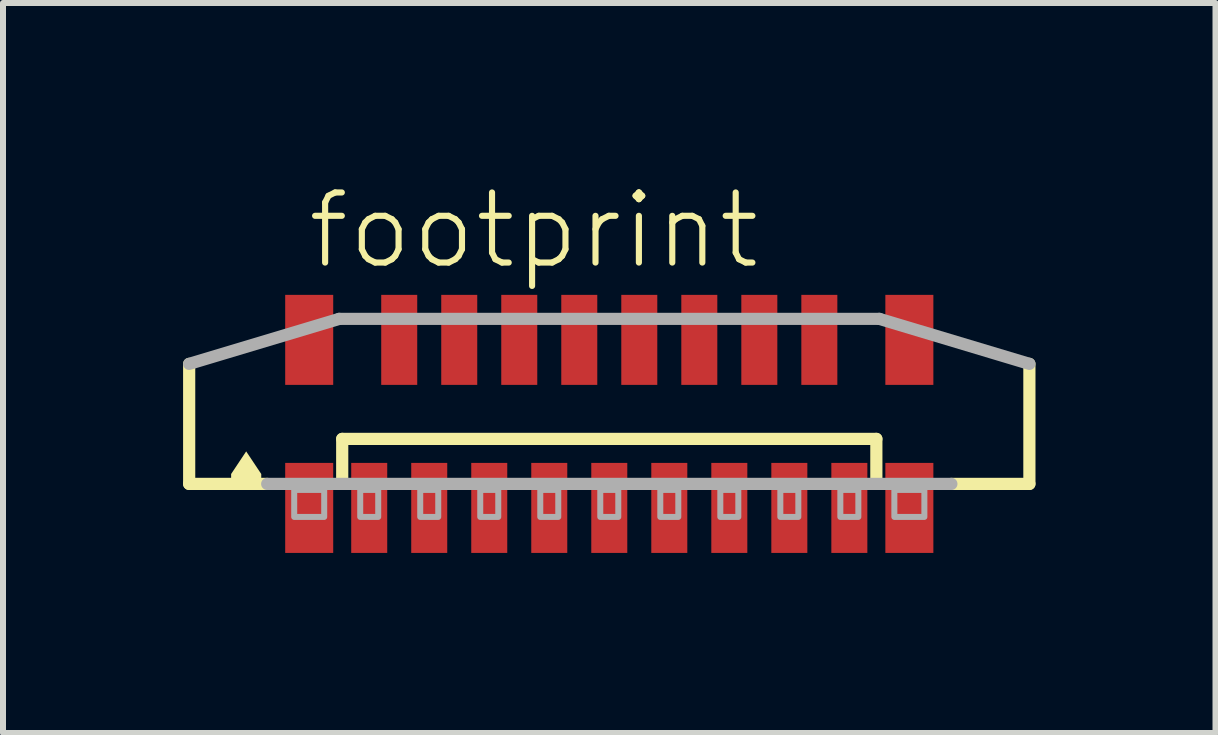
<source format=kicad_pcb>
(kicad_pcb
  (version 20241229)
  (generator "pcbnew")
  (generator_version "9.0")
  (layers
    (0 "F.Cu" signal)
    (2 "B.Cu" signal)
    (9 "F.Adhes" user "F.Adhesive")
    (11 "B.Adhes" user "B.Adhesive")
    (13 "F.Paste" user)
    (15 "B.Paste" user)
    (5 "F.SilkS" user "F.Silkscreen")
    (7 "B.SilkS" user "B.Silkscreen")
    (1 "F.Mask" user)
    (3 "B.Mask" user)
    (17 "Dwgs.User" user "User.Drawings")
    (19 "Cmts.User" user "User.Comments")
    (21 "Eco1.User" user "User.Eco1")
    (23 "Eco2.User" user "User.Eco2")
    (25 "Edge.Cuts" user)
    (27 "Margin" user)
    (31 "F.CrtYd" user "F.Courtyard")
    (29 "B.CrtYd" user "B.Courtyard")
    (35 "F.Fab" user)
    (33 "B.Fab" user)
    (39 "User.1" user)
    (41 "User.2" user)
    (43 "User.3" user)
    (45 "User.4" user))
  (footprint "footprint"
    (layer "F.Cu")
    (at 7.102 4.013)
    (property "Reference" "footprint" (at -5.08 -2.54 0) (layer "F.SilkS") (effects (font (size 1.168 1.168) (thickness 0.102)) (justify left bottom)))
    (fp_line (start -7 1) (end -7 -1) (stroke (width 0.203) (type solid)) (layer "F.SilkS"))
    (fp_line (start -5.7 1) (end -7 1) (stroke (width 0.203) (type solid)) (layer "F.SilkS"))
    (fp_line (start -4.45 0.25) (end 4.45 0.25) (stroke (width 0.203) (type solid)) (layer "F.SilkS"))
    (fp_line (start -4.45 1) (end -4.45 0.25) (stroke (width 0.203) (type solid)) (layer "F.SilkS"))
    (fp_line (start 4.45 0.25) (end 4.45 1) (stroke (width 0.203) (type solid)) (layer "F.SilkS"))
    (fp_line (start 7 -1) (end 7 1) (stroke (width 0.203) (type solid)) (layer "F.SilkS"))
    (fp_line (start 7 1) (end 5.7 1) (stroke (width 0.203) (type solid)) (layer "F.SilkS"))
    (fp_poly (pts (xy -5.799 0.835) (xy -5.799 1.001) (xy -6.301 1.001) (xy -6.301 0.835) (xy -6.05 0.458)) (stroke (width 0) (type solid)) (fill yes) (layer "F.SilkS"))
    (fp_line (start -7 -1) (end -4.5 -1.75) (stroke (width 0.203) (type solid)) (layer "F.Fab"))
    (fp_line (start -4.5 -1.75) (end 4.5 -1.75) (stroke (width 0.203) (type solid)) (layer "F.Fab"))
    (fp_line (start 4.5 -1.75) (end 7 -1) (stroke (width 0.203) (type solid)) (layer "F.Fab"))
    (fp_line (start 5.7 1) (end -5.7 1) (stroke (width 0.203) (type solid)) (layer "F.Fab"))
    (fp_poly (pts (xy -5.25 1.55) (xy -4.75 1.55) (xy -4.75 1.1) (xy -5.25 1.1)) (stroke (width 0.1) (type solid)) (fill no) (layer "F.Fab"))
    (fp_poly (pts (xy -4.15 1.55) (xy -3.85 1.55) (xy -3.85 1.1) (xy -4.15 1.1)) (stroke (width 0.1) (type solid)) (fill no) (layer "F.Fab"))
    (fp_poly (pts (xy -3.15 1.55) (xy -2.85 1.55) (xy -2.85 1.1) (xy -3.15 1.1)) (stroke (width 0.1) (type solid)) (fill no) (layer "F.Fab"))
    (fp_poly (pts (xy -2.15 1.55) (xy -1.85 1.55) (xy -1.85 1.1) (xy -2.15 1.1)) (stroke (width 0.1) (type solid)) (fill no) (layer "F.Fab"))
    (fp_poly (pts (xy -1.15 1.55) (xy -0.85 1.55) (xy -0.85 1.1) (xy -1.15 1.1)) (stroke (width 0.1) (type solid)) (fill no) (layer "F.Fab"))
    (fp_poly (pts (xy -0.15 1.55) (xy 0.15 1.55) (xy 0.15 1.1) (xy -0.15 1.1)) (stroke (width 0.1) (type solid)) (fill no) (layer "F.Fab"))
    (fp_poly (pts (xy 0.85 1.55) (xy 1.15 1.55) (xy 1.15 1.1) (xy 0.85 1.1)) (stroke (width 0.1) (type solid)) (fill no) (layer "F.Fab"))
    (fp_poly (pts (xy 1.85 1.55) (xy 2.15 1.55) (xy 2.15 1.1) (xy 1.85 1.1)) (stroke (width 0.1) (type solid)) (fill no) (layer "F.Fab"))
    (fp_poly (pts (xy 2.85 1.55) (xy 3.15 1.55) (xy 3.15 1.1) (xy 2.85 1.1)) (stroke (width 0.1) (type solid)) (fill no) (layer "F.Fab"))
    (fp_poly (pts (xy 3.85 1.55) (xy 4.15 1.55) (xy 4.15 1.1) (xy 3.85 1.1)) (stroke (width 0.1) (type solid)) (fill no) (layer "F.Fab"))
    (fp_poly (pts (xy 4.75 1.55) (xy 5.25 1.55) (xy 5.25 1.1) (xy 4.75 1.1)) (stroke (width 0.1) (type solid)) (fill no) (layer "F.Fab"))
    (pad "1" smd rect (at -4 1.4) (size 0.6 1.5) (layers "F.Cu" "F.Mask" "F.Paste"))
    (pad "2" smd rect (at -3.5 -1.4 180) (size 0.6 1.5) (layers "F.Cu" "F.Mask" "F.Paste"))
    (pad "3" smd rect (at -3 1.4) (size 0.6 1.5) (layers "F.Cu" "F.Mask" "F.Paste"))
    (pad "4" smd rect (at -2.5 -1.4 180) (size 0.6 1.5) (layers "F.Cu" "F.Mask" "F.Paste"))
    (pad "5" smd rect (at -2 1.4) (size 0.6 1.5) (layers "F.Cu" "F.Mask" "F.Paste"))
    (pad "6" smd rect (at -1.5 -1.4 180) (size 0.6 1.5) (layers "F.Cu" "F.Mask" "F.Paste"))
    (pad "7" smd rect (at -1 1.4) (size 0.6 1.5) (layers "F.Cu" "F.Mask" "F.Paste"))
    (pad "8" smd rect (at -0.5 -1.4 180) (size 0.6 1.5) (layers "F.Cu" "F.Mask" "F.Paste"))
    (pad "9" smd rect (at 0 1.4) (size 0.6 1.5) (layers "F.Cu" "F.Mask" "F.Paste"))
    (pad "10" smd rect (at 0.5 -1.4 180) (size 0.6 1.5) (layers "F.Cu" "F.Mask" "F.Paste"))
    (pad "11" smd rect (at 1 1.4) (size 0.6 1.5) (layers "F.Cu" "F.Mask" "F.Paste"))
    (pad "12" smd rect (at 1.5 -1.4 180) (size 0.6 1.5) (layers "F.Cu" "F.Mask" "F.Paste"))
    (pad "13" smd rect (at 2 1.4) (size 0.6 1.5) (layers "F.Cu" "F.Mask" "F.Paste"))
    (pad "14" smd rect (at 2.5 -1.4 180) (size 0.6 1.5) (layers "F.Cu" "F.Mask" "F.Paste"))
    (pad "15" smd rect (at 3 1.4) (size 0.6 1.5) (layers "F.Cu" "F.Mask" "F.Paste"))
    (pad "16" smd rect (at 3.5 -1.4 180) (size 0.6 1.5) (layers "F.Cu" "F.Mask" "F.Paste"))
    (pad "17" smd rect (at 4 1.4) (size 0.6 1.5) (layers "F.Cu" "F.Mask" "F.Paste"))
    (pad "M1" smd rect (at -5 1.4) (size 0.8 1.5) (layers "F.Cu" "F.Mask" "F.Paste"))
    (pad "M2" smd rect (at 5 1.4) (size 0.8 1.5) (layers "F.Cu" "F.Mask" "F.Paste"))
    (pad "M3" smd rect (at 5 -1.4 180) (size 0.8 1.5) (layers "F.Cu" "F.Mask" "F.Paste"))
    (pad "M4" smd rect (at -5 -1.4 180) (size 0.8 1.5) (layers "F.Cu" "F.Mask" "F.Paste")))
  (gr_rect
    (start -3 -3)
    (end 17.203 9.163)
    (stroke (width 0.1) (type default))
    (fill no)
    (layer "Edge.Cuts")))
</source>
